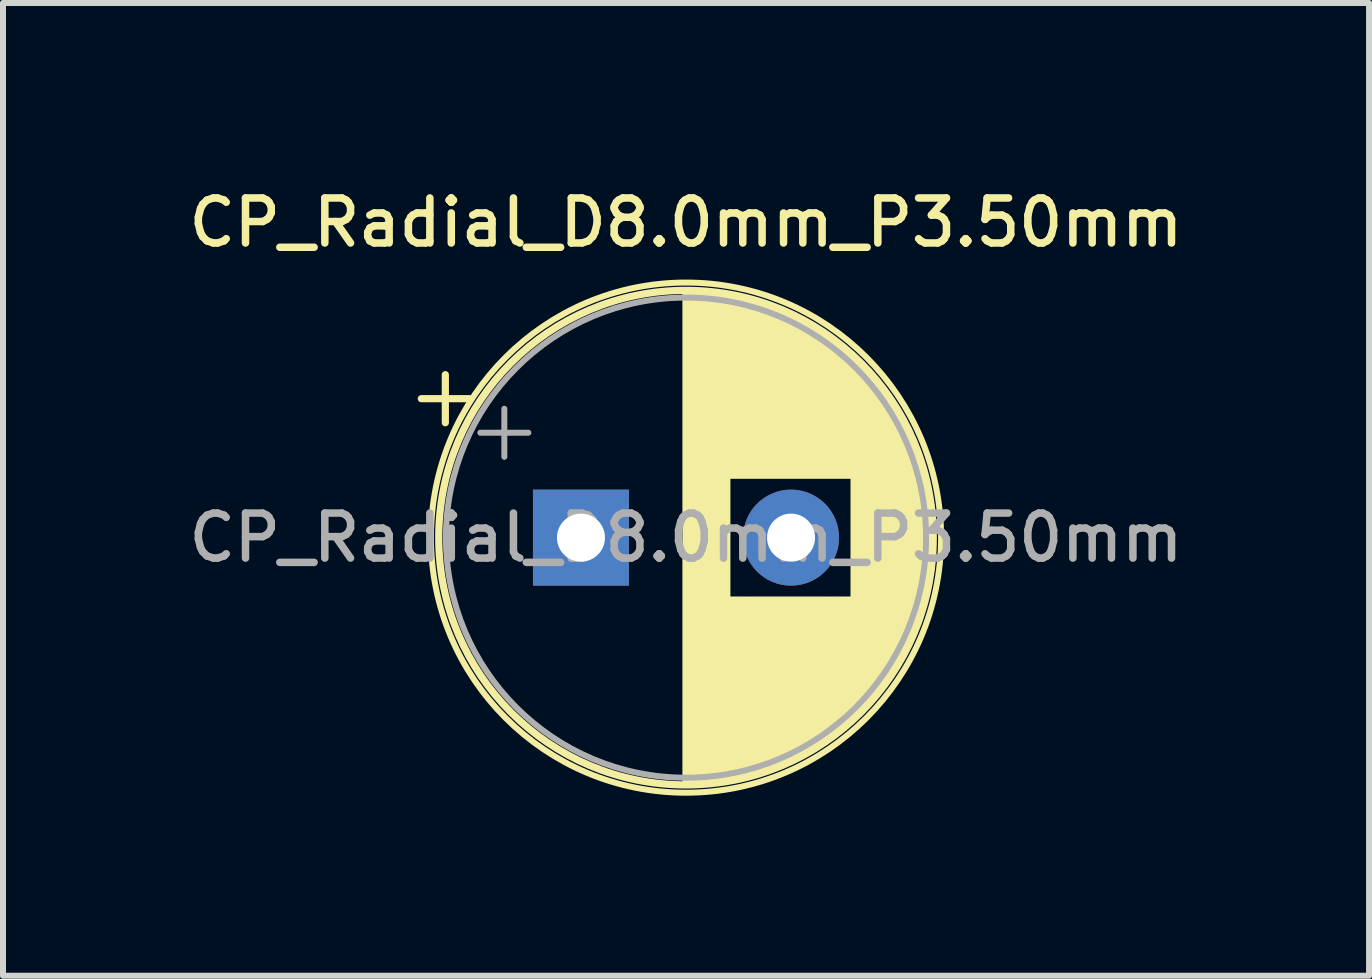
<source format=kicad_pcb>
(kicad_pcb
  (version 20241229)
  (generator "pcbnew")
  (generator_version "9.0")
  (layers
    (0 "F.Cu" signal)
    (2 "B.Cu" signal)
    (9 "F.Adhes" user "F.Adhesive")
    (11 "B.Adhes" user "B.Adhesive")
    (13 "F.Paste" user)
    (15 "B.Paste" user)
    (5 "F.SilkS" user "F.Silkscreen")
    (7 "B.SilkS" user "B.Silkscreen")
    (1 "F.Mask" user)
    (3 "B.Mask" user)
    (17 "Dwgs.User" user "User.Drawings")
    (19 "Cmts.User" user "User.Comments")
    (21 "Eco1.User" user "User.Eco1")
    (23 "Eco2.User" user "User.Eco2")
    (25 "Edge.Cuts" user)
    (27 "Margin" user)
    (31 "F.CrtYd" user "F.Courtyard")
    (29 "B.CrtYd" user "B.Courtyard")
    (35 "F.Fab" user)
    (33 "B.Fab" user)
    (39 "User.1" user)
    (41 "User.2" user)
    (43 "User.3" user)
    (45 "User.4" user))
  (footprint "CP_Radial_D8.0mm_P3.50mm"
    (layer "F.Cu")
    (at 6.63 5.908)
    (property "Reference" "CP_Radial_D8.0mm_P3.50mm" (at 1.75 -5.25 0) (layer "F.SilkS") (effects (font (size 0.75 0.75) (thickness 0.125))))
    (attr through_hole)
    (fp_line (start -2.66 -2.315) (end -1.86 -2.315) (stroke (width 0.12) (type solid)) (layer "F.SilkS"))
    (fp_line (start -2.26 -2.715) (end -2.26 -1.915) (stroke (width 0.12) (type solid)) (layer "F.SilkS"))
    (fp_line (start 1.75 -4.08) (end 1.75 4.08) (stroke (width 0.12) (type solid)) (layer "F.SilkS"))
    (fp_line (start 1.79 -4.08) (end 1.79 4.08) (stroke (width 0.12) (type solid)) (layer "F.SilkS"))
    (fp_line (start 1.83 -4.08) (end 1.83 4.08) (stroke (width 0.12) (type solid)) (layer "F.SilkS"))
    (fp_line (start 1.87 -4.079) (end 1.87 4.079) (stroke (width 0.12) (type solid)) (layer "F.SilkS"))
    (fp_line (start 1.91 -4.077) (end 1.91 4.077) (stroke (width 0.12) (type solid)) (layer "F.SilkS"))
    (fp_line (start 1.95 -4.076) (end 1.95 4.076) (stroke (width 0.12) (type solid)) (layer "F.SilkS"))
    (fp_line (start 1.99 -4.074) (end 1.99 4.074) (stroke (width 0.12) (type solid)) (layer "F.SilkS"))
    (fp_line (start 2.03 -4.071) (end 2.03 4.071) (stroke (width 0.12) (type solid)) (layer "F.SilkS"))
    (fp_line (start 2.07 -4.068) (end 2.07 4.068) (stroke (width 0.12) (type solid)) (layer "F.SilkS"))
    (fp_line (start 2.11 -4.065) (end 2.11 4.065) (stroke (width 0.12) (type solid)) (layer "F.SilkS"))
    (fp_line (start 2.15 -4.061) (end 2.15 4.061) (stroke (width 0.12) (type solid)) (layer "F.SilkS"))
    (fp_line (start 2.19 -4.057) (end 2.19 4.057) (stroke (width 0.12) (type solid)) (layer "F.SilkS"))
    (fp_line (start 2.23 -4.052) (end 2.23 4.052) (stroke (width 0.12) (type solid)) (layer "F.SilkS"))
    (fp_line (start 2.27 -4.048) (end 2.27 4.048) (stroke (width 0.12) (type solid)) (layer "F.SilkS"))
    (fp_line (start 2.31 -4.042) (end 2.31 4.042) (stroke (width 0.12) (type solid)) (layer "F.SilkS"))
    (fp_line (start 2.35 -4.037) (end 2.35 4.037) (stroke (width 0.12) (type solid)) (layer "F.SilkS"))
    (fp_line (start 2.39 -4.03) (end 2.39 4.03) (stroke (width 0.12) (type solid)) (layer "F.SilkS"))
    (fp_line (start 2.43 -4.024) (end 2.43 4.024) (stroke (width 0.12) (type solid)) (layer "F.SilkS"))
    (fp_line (start 2.471 -4.017) (end 2.471 -1.04) (stroke (width 0.12) (type solid)) (layer "F.SilkS"))
    (fp_line (start 2.471 1.04) (end 2.471 4.017) (stroke (width 0.12) (type solid)) (layer "F.SilkS"))
    (fp_line (start 2.511 -4.01) (end 2.511 -1.04) (stroke (width 0.12) (type solid)) (layer "F.SilkS"))
    (fp_line (start 2.511 1.04) (end 2.511 4.01) (stroke (width 0.12) (type solid)) (layer "F.SilkS"))
    (fp_line (start 2.551 -4.002) (end 2.551 -1.04) (stroke (width 0.12) (type solid)) (layer "F.SilkS"))
    (fp_line (start 2.551 1.04) (end 2.551 4.002) (stroke (width 0.12) (type solid)) (layer "F.SilkS"))
    (fp_line (start 2.591 -3.994) (end 2.591 -1.04) (stroke (width 0.12) (type solid)) (layer "F.SilkS"))
    (fp_line (start 2.591 1.04) (end 2.591 3.994) (stroke (width 0.12) (type solid)) (layer "F.SilkS"))
    (fp_line (start 2.631 -3.985) (end 2.631 -1.04) (stroke (width 0.12) (type solid)) (layer "F.SilkS"))
    (fp_line (start 2.631 1.04) (end 2.631 3.985) (stroke (width 0.12) (type solid)) (layer "F.SilkS"))
    (fp_line (start 2.671 -3.976) (end 2.671 -1.04) (stroke (width 0.12) (type solid)) (layer "F.SilkS"))
    (fp_line (start 2.671 1.04) (end 2.671 3.976) (stroke (width 0.12) (type solid)) (layer "F.SilkS"))
    (fp_line (start 2.711 -3.967) (end 2.711 -1.04) (stroke (width 0.12) (type solid)) (layer "F.SilkS"))
    (fp_line (start 2.711 1.04) (end 2.711 3.967) (stroke (width 0.12) (type solid)) (layer "F.SilkS"))
    (fp_line (start 2.751 -3.957) (end 2.751 -1.04) (stroke (width 0.12) (type solid)) (layer "F.SilkS"))
    (fp_line (start 2.751 1.04) (end 2.751 3.957) (stroke (width 0.12) (type solid)) (layer "F.SilkS"))
    (fp_line (start 2.791 -3.947) (end 2.791 -1.04) (stroke (width 0.12) (type solid)) (layer "F.SilkS"))
    (fp_line (start 2.791 1.04) (end 2.791 3.947) (stroke (width 0.12) (type solid)) (layer "F.SilkS"))
    (fp_line (start 2.831 -3.936) (end 2.831 -1.04) (stroke (width 0.12) (type solid)) (layer "F.SilkS"))
    (fp_line (start 2.831 1.04) (end 2.831 3.936) (stroke (width 0.12) (type solid)) (layer "F.SilkS"))
    (fp_line (start 2.871 -3.925) (end 2.871 -1.04) (stroke (width 0.12) (type solid)) (layer "F.SilkS"))
    (fp_line (start 2.871 1.04) (end 2.871 3.925) (stroke (width 0.12) (type solid)) (layer "F.SilkS"))
    (fp_line (start 2.911 -3.914) (end 2.911 -1.04) (stroke (width 0.12) (type solid)) (layer "F.SilkS"))
    (fp_line (start 2.911 1.04) (end 2.911 3.914) (stroke (width 0.12) (type solid)) (layer "F.SilkS"))
    (fp_line (start 2.951 -3.902) (end 2.951 -1.04) (stroke (width 0.12) (type solid)) (layer "F.SilkS"))
    (fp_line (start 2.951 1.04) (end 2.951 3.902) (stroke (width 0.12) (type solid)) (layer "F.SilkS"))
    (fp_line (start 2.991 -3.889) (end 2.991 -1.04) (stroke (width 0.12) (type solid)) (layer "F.SilkS"))
    (fp_line (start 2.991 1.04) (end 2.991 3.889) (stroke (width 0.12) (type solid)) (layer "F.SilkS"))
    (fp_line (start 3.031 -3.877) (end 3.031 -1.04) (stroke (width 0.12) (type solid)) (layer "F.SilkS"))
    (fp_line (start 3.031 1.04) (end 3.031 3.877) (stroke (width 0.12) (type solid)) (layer "F.SilkS"))
    (fp_line (start 3.071 -3.863) (end 3.071 -1.04) (stroke (width 0.12) (type solid)) (layer "F.SilkS"))
    (fp_line (start 3.071 1.04) (end 3.071 3.863) (stroke (width 0.12) (type solid)) (layer "F.SilkS"))
    (fp_line (start 3.111 -3.85) (end 3.111 -1.04) (stroke (width 0.12) (type solid)) (layer "F.SilkS"))
    (fp_line (start 3.111 1.04) (end 3.111 3.85) (stroke (width 0.12) (type solid)) (layer "F.SilkS"))
    (fp_line (start 3.151 -3.835) (end 3.151 -1.04) (stroke (width 0.12) (type solid)) (layer "F.SilkS"))
    (fp_line (start 3.151 1.04) (end 3.151 3.835) (stroke (width 0.12) (type solid)) (layer "F.SilkS"))
    (fp_line (start 3.191 -3.821) (end 3.191 -1.04) (stroke (width 0.12) (type solid)) (layer "F.SilkS"))
    (fp_line (start 3.191 1.04) (end 3.191 3.821) (stroke (width 0.12) (type solid)) (layer "F.SilkS"))
    (fp_line (start 3.231 -3.805) (end 3.231 -1.04) (stroke (width 0.12) (type solid)) (layer "F.SilkS"))
    (fp_line (start 3.231 1.04) (end 3.231 3.805) (stroke (width 0.12) (type solid)) (layer "F.SilkS"))
    (fp_line (start 3.271 -3.79) (end 3.271 -1.04) (stroke (width 0.12) (type solid)) (layer "F.SilkS"))
    (fp_line (start 3.271 1.04) (end 3.271 3.79) (stroke (width 0.12) (type solid)) (layer "F.SilkS"))
    (fp_line (start 3.311 -3.774) (end 3.311 -1.04) (stroke (width 0.12) (type solid)) (layer "F.SilkS"))
    (fp_line (start 3.311 1.04) (end 3.311 3.774) (stroke (width 0.12) (type solid)) (layer "F.SilkS"))
    (fp_line (start 3.351 -3.757) (end 3.351 -1.04) (stroke (width 0.12) (type solid)) (layer "F.SilkS"))
    (fp_line (start 3.351 1.04) (end 3.351 3.757) (stroke (width 0.12) (type solid)) (layer "F.SilkS"))
    (fp_line (start 3.391 -3.74) (end 3.391 -1.04) (stroke (width 0.12) (type solid)) (layer "F.SilkS"))
    (fp_line (start 3.391 1.04) (end 3.391 3.74) (stroke (width 0.12) (type solid)) (layer "F.SilkS"))
    (fp_line (start 3.431 -3.722) (end 3.431 -1.04) (stroke (width 0.12) (type solid)) (layer "F.SilkS"))
    (fp_line (start 3.431 1.04) (end 3.431 3.722) (stroke (width 0.12) (type solid)) (layer "F.SilkS"))
    (fp_line (start 3.471 -3.704) (end 3.471 -1.04) (stroke (width 0.12) (type solid)) (layer "F.SilkS"))
    (fp_line (start 3.471 1.04) (end 3.471 3.704) (stroke (width 0.12) (type solid)) (layer "F.SilkS"))
    (fp_line (start 3.511 -3.686) (end 3.511 -1.04) (stroke (width 0.12) (type solid)) (layer "F.SilkS"))
    (fp_line (start 3.511 1.04) (end 3.511 3.686) (stroke (width 0.12) (type solid)) (layer "F.SilkS"))
    (fp_line (start 3.551 -3.666) (end 3.551 -1.04) (stroke (width 0.12) (type solid)) (layer "F.SilkS"))
    (fp_line (start 3.551 1.04) (end 3.551 3.666) (stroke (width 0.12) (type solid)) (layer "F.SilkS"))
    (fp_line (start 3.591 -3.647) (end 3.591 -1.04) (stroke (width 0.12) (type solid)) (layer "F.SilkS"))
    (fp_line (start 3.591 1.04) (end 3.591 3.647) (stroke (width 0.12) (type solid)) (layer "F.SilkS"))
    (fp_line (start 3.631 -3.627) (end 3.631 -1.04) (stroke (width 0.12) (type solid)) (layer "F.SilkS"))
    (fp_line (start 3.631 1.04) (end 3.631 3.627) (stroke (width 0.12) (type solid)) (layer "F.SilkS"))
    (fp_line (start 3.671 -3.606) (end 3.671 -1.04) (stroke (width 0.12) (type solid)) (layer "F.SilkS"))
    (fp_line (start 3.671 1.04) (end 3.671 3.606) (stroke (width 0.12) (type solid)) (layer "F.SilkS"))
    (fp_line (start 3.711 -3.584) (end 3.711 -1.04) (stroke (width 0.12) (type solid)) (layer "F.SilkS"))
    (fp_line (start 3.711 1.04) (end 3.711 3.584) (stroke (width 0.12) (type solid)) (layer "F.SilkS"))
    (fp_line (start 3.751 -3.562) (end 3.751 -1.04) (stroke (width 0.12) (type solid)) (layer "F.SilkS"))
    (fp_line (start 3.751 1.04) (end 3.751 3.562) (stroke (width 0.12) (type solid)) (layer "F.SilkS"))
    (fp_line (start 3.791 -3.54) (end 3.791 -1.04) (stroke (width 0.12) (type solid)) (layer "F.SilkS"))
    (fp_line (start 3.791 1.04) (end 3.791 3.54) (stroke (width 0.12) (type solid)) (layer "F.SilkS"))
    (fp_line (start 3.831 -3.517) (end 3.831 -1.04) (stroke (width 0.12) (type solid)) (layer "F.SilkS"))
    (fp_line (start 3.831 1.04) (end 3.831 3.517) (stroke (width 0.12) (type solid)) (layer "F.SilkS"))
    (fp_line (start 3.871 -3.493) (end 3.871 -1.04) (stroke (width 0.12) (type solid)) (layer "F.SilkS"))
    (fp_line (start 3.871 1.04) (end 3.871 3.493) (stroke (width 0.12) (type solid)) (layer "F.SilkS"))
    (fp_line (start 3.911 -3.469) (end 3.911 -1.04) (stroke (width 0.12) (type solid)) (layer "F.SilkS"))
    (fp_line (start 3.911 1.04) (end 3.911 3.469) (stroke (width 0.12) (type solid)) (layer "F.SilkS"))
    (fp_line (start 3.951 -3.444) (end 3.951 -1.04) (stroke (width 0.12) (type solid)) (layer "F.SilkS"))
    (fp_line (start 3.951 1.04) (end 3.951 3.444) (stroke (width 0.12) (type solid)) (layer "F.SilkS"))
    (fp_line (start 3.991 -3.418) (end 3.991 -1.04) (stroke (width 0.12) (type solid)) (layer "F.SilkS"))
    (fp_line (start 3.991 1.04) (end 3.991 3.418) (stroke (width 0.12) (type solid)) (layer "F.SilkS"))
    (fp_line (start 4.031 -3.392) (end 4.031 -1.04) (stroke (width 0.12) (type solid)) (layer "F.SilkS"))
    (fp_line (start 4.031 1.04) (end 4.031 3.392) (stroke (width 0.12) (type solid)) (layer "F.SilkS"))
    (fp_line (start 4.071 -3.365) (end 4.071 -1.04) (stroke (width 0.12) (type solid)) (layer "F.SilkS"))
    (fp_line (start 4.071 1.04) (end 4.071 3.365) (stroke (width 0.12) (type solid)) (layer "F.SilkS"))
    (fp_line (start 4.111 -3.338) (end 4.111 -1.04) (stroke (width 0.12) (type solid)) (layer "F.SilkS"))
    (fp_line (start 4.111 1.04) (end 4.111 3.338) (stroke (width 0.12) (type solid)) (layer "F.SilkS"))
    (fp_line (start 4.151 -3.309) (end 4.151 -1.04) (stroke (width 0.12) (type solid)) (layer "F.SilkS"))
    (fp_line (start 4.151 1.04) (end 4.151 3.309) (stroke (width 0.12) (type solid)) (layer "F.SilkS"))
    (fp_line (start 4.191 -3.28) (end 4.191 -1.04) (stroke (width 0.12) (type solid)) (layer "F.SilkS"))
    (fp_line (start 4.191 1.04) (end 4.191 3.28) (stroke (width 0.12) (type solid)) (layer "F.SilkS"))
    (fp_line (start 4.231 -3.25) (end 4.231 -1.04) (stroke (width 0.12) (type solid)) (layer "F.SilkS"))
    (fp_line (start 4.231 1.04) (end 4.231 3.25) (stroke (width 0.12) (type solid)) (layer "F.SilkS"))
    (fp_line (start 4.271 -3.22) (end 4.271 -1.04) (stroke (width 0.12) (type solid)) (layer "F.SilkS"))
    (fp_line (start 4.271 1.04) (end 4.271 3.22) (stroke (width 0.12) (type solid)) (layer "F.SilkS"))
    (fp_line (start 4.311 -3.189) (end 4.311 -1.04) (stroke (width 0.12) (type solid)) (layer "F.SilkS"))
    (fp_line (start 4.311 1.04) (end 4.311 3.189) (stroke (width 0.12) (type solid)) (layer "F.SilkS"))
    (fp_line (start 4.351 -3.156) (end 4.351 -1.04) (stroke (width 0.12) (type solid)) (layer "F.SilkS"))
    (fp_line (start 4.351 1.04) (end 4.351 3.156) (stroke (width 0.12) (type solid)) (layer "F.SilkS"))
    (fp_line (start 4.391 -3.124) (end 4.391 -1.04) (stroke (width 0.12) (type solid)) (layer "F.SilkS"))
    (fp_line (start 4.391 1.04) (end 4.391 3.124) (stroke (width 0.12) (type solid)) (layer "F.SilkS"))
    (fp_line (start 4.431 -3.09) (end 4.431 -1.04) (stroke (width 0.12) (type solid)) (layer "F.SilkS"))
    (fp_line (start 4.431 1.04) (end 4.431 3.09) (stroke (width 0.12) (type solid)) (layer "F.SilkS"))
    (fp_line (start 4.471 -3.055) (end 4.471 -1.04) (stroke (width 0.12) (type solid)) (layer "F.SilkS"))
    (fp_line (start 4.471 1.04) (end 4.471 3.055) (stroke (width 0.12) (type solid)) (layer "F.SilkS"))
    (fp_line (start 4.511 -3.019) (end 4.511 -1.04) (stroke (width 0.12) (type solid)) (layer "F.SilkS"))
    (fp_line (start 4.511 1.04) (end 4.511 3.019) (stroke (width 0.12) (type solid)) (layer "F.SilkS"))
    (fp_line (start 4.551 -2.983) (end 4.551 2.983) (stroke (width 0.12) (type solid)) (layer "F.SilkS"))
    (fp_line (start 4.591 -2.945) (end 4.591 2.945) (stroke (width 0.12) (type solid)) (layer "F.SilkS"))
    (fp_line (start 4.631 -2.907) (end 4.631 2.907) (stroke (width 0.12) (type solid)) (layer "F.SilkS"))
    (fp_line (start 4.671 -2.867) (end 4.671 2.867) (stroke (width 0.12) (type solid)) (layer "F.SilkS"))
    (fp_line (start 4.711 -2.826) (end 4.711 2.826) (stroke (width 0.12) (type solid)) (layer "F.SilkS"))
    (fp_line (start 4.751 -2.784) (end 4.751 2.784) (stroke (width 0.12) (type solid)) (layer "F.SilkS"))
    (fp_line (start 4.791 -2.741) (end 4.791 2.741) (stroke (width 0.12) (type solid)) (layer "F.SilkS"))
    (fp_line (start 4.831 -2.697) (end 4.831 2.697) (stroke (width 0.12) (type solid)) (layer "F.SilkS"))
    (fp_line (start 4.871 -2.651) (end 4.871 2.651) (stroke (width 0.12) (type solid)) (layer "F.SilkS"))
    (fp_line (start 4.911 -2.604) (end 4.911 2.604) (stroke (width 0.12) (type solid)) (layer "F.SilkS"))
    (fp_line (start 4.951 -2.556) (end 4.951 2.556) (stroke (width 0.12) (type solid)) (layer "F.SilkS"))
    (fp_line (start 4.991 -2.505) (end 4.991 2.505) (stroke (width 0.12) (type solid)) (layer "F.SilkS"))
    (fp_line (start 5.031 -2.454) (end 5.031 2.454) (stroke (width 0.12) (type solid)) (layer "F.SilkS"))
    (fp_line (start 5.071 -2.4) (end 5.071 2.4) (stroke (width 0.12) (type solid)) (layer "F.SilkS"))
    (fp_line (start 5.111 -2.345) (end 5.111 2.345) (stroke (width 0.12) (type solid)) (layer "F.SilkS"))
    (fp_line (start 5.151 -2.287) (end 5.151 2.287) (stroke (width 0.12) (type solid)) (layer "F.SilkS"))
    (fp_line (start 5.191 -2.228) (end 5.191 2.228) (stroke (width 0.12) (type solid)) (layer "F.SilkS"))
    (fp_line (start 5.231 -2.166) (end 5.231 2.166) (stroke (width 0.12) (type solid)) (layer "F.SilkS"))
    (fp_line (start 5.271 -2.102) (end 5.271 2.102) (stroke (width 0.12) (type solid)) (layer "F.SilkS"))
    (fp_line (start 5.311 -2.034) (end 5.311 2.034) (stroke (width 0.12) (type solid)) (layer "F.SilkS"))
    (fp_line (start 5.351 -1.964) (end 5.351 1.964) (stroke (width 0.12) (type solid)) (layer "F.SilkS"))
    (fp_line (start 5.391 -1.89) (end 5.391 1.89) (stroke (width 0.12) (type solid)) (layer "F.SilkS"))
    (fp_line (start 5.431 -1.813) (end 5.431 1.813) (stroke (width 0.12) (type solid)) (layer "F.SilkS"))
    (fp_line (start 5.471 -1.731) (end 5.471 1.731) (stroke (width 0.12) (type solid)) (layer "F.SilkS"))
    (fp_line (start 5.511 -1.645) (end 5.511 1.645) (stroke (width 0.12) (type solid)) (layer "F.SilkS"))
    (fp_line (start 5.551 -1.552) (end 5.551 1.552) (stroke (width 0.12) (type solid)) (layer "F.SilkS"))
    (fp_line (start 5.591 -1.453) (end 5.591 1.453) (stroke (width 0.12) (type solid)) (layer "F.SilkS"))
    (fp_line (start 5.631 -1.346) (end 5.631 1.346) (stroke (width 0.12) (type solid)) (layer "F.SilkS"))
    (fp_line (start 5.671 -1.229) (end 5.671 1.229) (stroke (width 0.12) (type solid)) (layer "F.SilkS"))
    (fp_line (start 5.711 -1.098) (end 5.711 1.098) (stroke (width 0.12) (type solid)) (layer "F.SilkS"))
    (fp_line (start 5.751 -0.948) (end 5.751 0.948) (stroke (width 0.12) (type solid)) (layer "F.SilkS"))
    (fp_line (start 5.791 -0.768) (end 5.791 0.768) (stroke (width 0.12) (type solid)) (layer "F.SilkS"))
    (fp_line (start 5.831 -0.533) (end 5.831 0.533) (stroke (width 0.12) (type solid)) (layer "F.SilkS"))
    (fp_circle (center 1.75 0) (end 5.87 0) (stroke (width 0.12) (type solid)) (fill no) (layer "F.SilkS"))
    (fp_circle (center 1.75 0) (end 6 0) (stroke (width 0.1) (type solid)) (fill no) (layer "F.SilkS"))
    (fp_line (start -1.677 -1.748) (end -0.877 -1.748) (stroke (width 0.1) (type solid)) (layer "F.Fab"))
    (fp_line (start -1.277 -2.147) (end -1.277 -1.347) (stroke (width 0.1) (type solid)) (layer "F.Fab"))
    (fp_circle (center 1.75 0) (end 5.75 0) (stroke (width 0.1) (type solid)) (fill no) (layer "F.Fab"))
    (fp_text user "${REFERENCE}" (at 1.75 0 0) (layer "F.Fab") (effects (font (size 0.75 0.75) (thickness 0.125))))
    (pad "1" thru_hole rect (at 0 0) (size 1.6 1.6) (drill 0.8) (layers "*.Cu" "*.Mask"))
    (pad "2" thru_hole circle (at 3.5 0) (size 1.6 1.6) (drill 0.8) (layers "*.Cu" "*.Mask")))
  (gr_rect
    (start -3 -3)
    (end 19.761 13.208)
    (stroke (width 0.1) (type default))
    (fill no)
    (layer "Edge.Cuts")))
</source>
